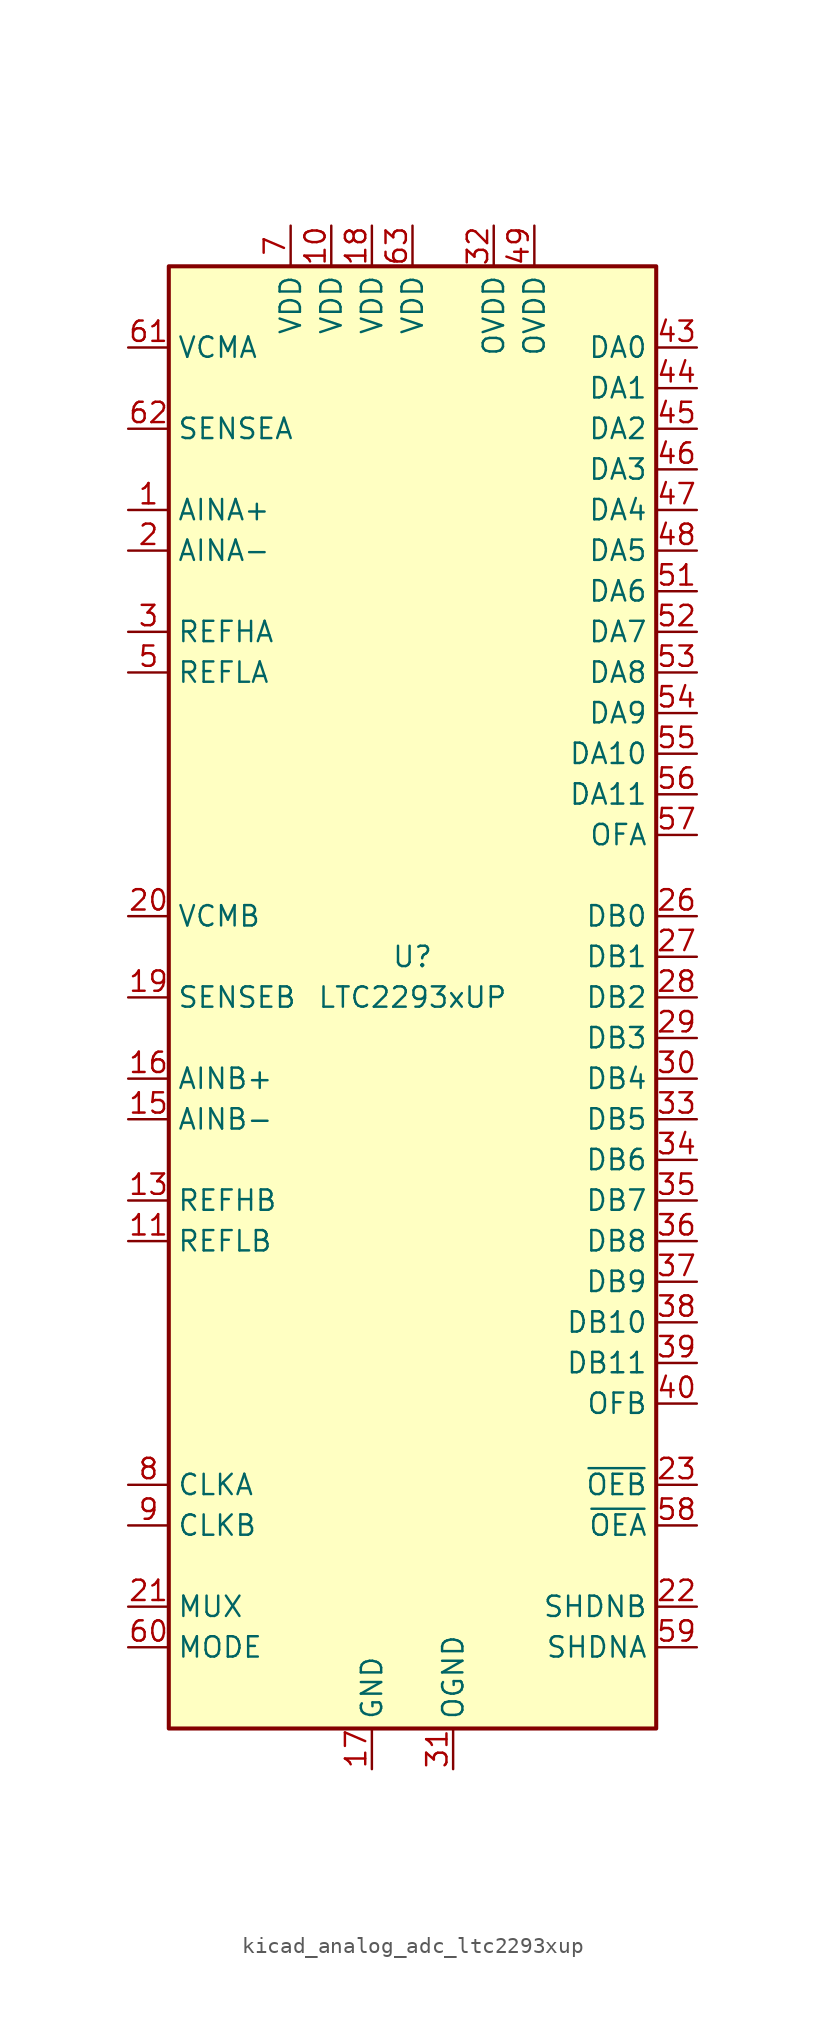
<source format=kicad_sym>
(kicad_symbol_lib
  (version 20220914)
  (generator kicad_symbol_editor)
  (symbol "kicad_analog_adc_ltc2293xup"
    (property "Reference" "U"
      (at 0 2.54 0)
      (effects (font (size 1.27 1.27))))
    (property "Value" "LTC2293xUP"
      (at 0 0 0)
      (effects (font (size 1.27 1.27))))
    (symbol "kicad_analog_adc_ltc2293xup_0_1"
      (rectangle (start -15.24 45.72) (end 15.24 -45.72) (stroke (width 0.254) (type default)) (fill (type background))))
    (symbol "kicad_analog_adc_ltc2293xup_1_1"
      (pin input line (at -17.78 30.48 0) (length 2.54) (name "AINA+" (effects (font (size 1.27 1.27)))) (number "1" (effects (font (size 1.27 1.27)))))
      (pin power_in line (at -5.08 48.26 270) (length 2.54) (name "VDD" (effects (font (size 1.27 1.27)))) (number "10" (effects (font (size 1.27 1.27)))))
      (pin input line (at -17.78 -15.24 0) (length 2.54) (name "REFLB" (effects (font (size 1.27 1.27)))) (number "11" (effects (font (size 1.27 1.27)))))
      (pin input line (at -17.78 -15.24 0) (length 2.54) hide (name "REFLB" (effects (font (size 1.27 1.27)))) (number "12" (effects (font (size 1.27 1.27)))))
      (pin input line (at -17.78 -12.7 0) (length 2.54) (name "REFHB" (effects (font (size 1.27 1.27)))) (number "13" (effects (font (size 1.27 1.27)))))
      (pin input line (at -17.78 -12.7 0) (length 2.54) hide (name "REFHB" (effects (font (size 1.27 1.27)))) (number "14" (effects (font (size 1.27 1.27)))))
      (pin input line (at -17.78 -7.62 0) (length 2.54) (name "AINB-" (effects (font (size 1.27 1.27)))) (number "15" (effects (font (size 1.27 1.27)))))
      (pin input line (at -17.78 -5.08 0) (length 2.54) (name "AINB+" (effects (font (size 1.27 1.27)))) (number "16" (effects (font (size 1.27 1.27)))))
      (pin power_in line (at -2.54 -48.26 90) (length 2.54) (name "GND" (effects (font (size 1.27 1.27)))) (number "17" (effects (font (size 1.27 1.27)))))
      (pin power_in line (at -2.54 48.26 270) (length 2.54) (name "VDD" (effects (font (size 1.27 1.27)))) (number "18" (effects (font (size 1.27 1.27)))))
      (pin input line (at -17.78 0 0) (length 2.54) (name "SENSEB" (effects (font (size 1.27 1.27)))) (number "19" (effects (font (size 1.27 1.27)))))
      (pin input line (at -17.78 27.94 0) (length 2.54) (name "AINA-" (effects (font (size 1.27 1.27)))) (number "2" (effects (font (size 1.27 1.27)))))
      (pin passive line (at -17.78 5.08 0) (length 2.54) (name "VCMB" (effects (font (size 1.27 1.27)))) (number "20" (effects (font (size 1.27 1.27)))))
      (pin input line (at -17.78 -38.1 0) (length 2.54) (name "MUX" (effects (font (size 1.27 1.27)))) (number "21" (effects (font (size 1.27 1.27)))))
      (pin input line (at 17.78 -38.1 180) (length 2.54) (name "SHDNB" (effects (font (size 1.27 1.27)))) (number "22" (effects (font (size 1.27 1.27)))))
      (pin input line (at 17.78 -30.48 180) (length 2.54) (name "~{OEB}" (effects (font (size 1.27 1.27)))) (number "23" (effects (font (size 1.27 1.27)))))
      (pin no_connect line (at -15.24 -20.32 0) (length 2.54) hide (name "NC" (effects (font (size 1.27 1.27)))) (number "24" (effects (font (size 1.27 1.27)))))
      (pin no_connect line (at -15.24 -22.86 0) (length 2.54) hide (name "NC" (effects (font (size 1.27 1.27)))) (number "25" (effects (font (size 1.27 1.27)))))
      (pin output line (at 17.78 5.08 180) (length 2.54) (name "DB0" (effects (font (size 1.27 1.27)))) (number "26" (effects (font (size 1.27 1.27)))))
      (pin output line (at 17.78 2.54 180) (length 2.54) (name "DB1" (effects (font (size 1.27 1.27)))) (number "27" (effects (font (size 1.27 1.27)))))
      (pin output line (at 17.78 0 180) (length 2.54) (name "DB2" (effects (font (size 1.27 1.27)))) (number "28" (effects (font (size 1.27 1.27)))))
      (pin output line (at 17.78 -2.54 180) (length 2.54) (name "DB3" (effects (font (size 1.27 1.27)))) (number "29" (effects (font (size 1.27 1.27)))))
      (pin input line (at -17.78 22.86 0) (length 2.54) (name "REFHA" (effects (font (size 1.27 1.27)))) (number "3" (effects (font (size 1.27 1.27)))))
      (pin output line (at 17.78 -5.08 180) (length 2.54) (name "DB4" (effects (font (size 1.27 1.27)))) (number "30" (effects (font (size 1.27 1.27)))))
      (pin power_in line (at 2.54 -48.26 90) (length 2.54) (name "OGND" (effects (font (size 1.27 1.27)))) (number "31" (effects (font (size 1.27 1.27)))))
      (pin power_in line (at 5.08 48.26 270) (length 2.54) (name "OVDD" (effects (font (size 1.27 1.27)))) (number "32" (effects (font (size 1.27 1.27)))))
      (pin output line (at 17.78 -7.62 180) (length 2.54) (name "DB5" (effects (font (size 1.27 1.27)))) (number "33" (effects (font (size 1.27 1.27)))))
      (pin output line (at 17.78 -10.16 180) (length 2.54) (name "DB6" (effects (font (size 1.27 1.27)))) (number "34" (effects (font (size 1.27 1.27)))))
      (pin output line (at 17.78 -12.7 180) (length 2.54) (name "DB7" (effects (font (size 1.27 1.27)))) (number "35" (effects (font (size 1.27 1.27)))))
      (pin output line (at 17.78 -15.24 180) (length 2.54) (name "DB8" (effects (font (size 1.27 1.27)))) (number "36" (effects (font (size 1.27 1.27)))))
      (pin output line (at 17.78 -17.78 180) (length 2.54) (name "DB9" (effects (font (size 1.27 1.27)))) (number "37" (effects (font (size 1.27 1.27)))))
      (pin output line (at 17.78 -20.32 180) (length 2.54) (name "DB10" (effects (font (size 1.27 1.27)))) (number "38" (effects (font (size 1.27 1.27)))))
      (pin output line (at 17.78 -22.86 180) (length 2.54) (name "DB11" (effects (font (size 1.27 1.27)))) (number "39" (effects (font (size 1.27 1.27)))))
      (pin input line (at -17.78 22.86 0) (length 2.54) hide (name "REFHA" (effects (font (size 1.27 1.27)))) (number "4" (effects (font (size 1.27 1.27)))))
      (pin output line (at 17.78 -25.4 180) (length 2.54) (name "OFB" (effects (font (size 1.27 1.27)))) (number "40" (effects (font (size 1.27 1.27)))))
      (pin no_connect line (at -15.24 -25.4 0) (length 2.54) hide (name "NC" (effects (font (size 1.27 1.27)))) (number "41" (effects (font (size 1.27 1.27)))))
      (pin no_connect line (at -15.24 -27.94 0) (length 2.54) hide (name "NC" (effects (font (size 1.27 1.27)))) (number "42" (effects (font (size 1.27 1.27)))))
      (pin output line (at 17.78 40.64 180) (length 2.54) (name "DA0" (effects (font (size 1.27 1.27)))) (number "43" (effects (font (size 1.27 1.27)))))
      (pin output line (at 17.78 38.1 180) (length 2.54) (name "DA1" (effects (font (size 1.27 1.27)))) (number "44" (effects (font (size 1.27 1.27)))))
      (pin output line (at 17.78 35.56 180) (length 2.54) (name "DA2" (effects (font (size 1.27 1.27)))) (number "45" (effects (font (size 1.27 1.27)))))
      (pin output line (at 17.78 33.02 180) (length 2.54) (name "DA3" (effects (font (size 1.27 1.27)))) (number "46" (effects (font (size 1.27 1.27)))))
      (pin output line (at 17.78 30.48 180) (length 2.54) (name "DA4" (effects (font (size 1.27 1.27)))) (number "47" (effects (font (size 1.27 1.27)))))
      (pin output line (at 17.78 27.94 180) (length 2.54) (name "DA5" (effects (font (size 1.27 1.27)))) (number "48" (effects (font (size 1.27 1.27)))))
      (pin power_in line (at 7.62 48.26 270) (length 2.54) (name "OVDD" (effects (font (size 1.27 1.27)))) (number "49" (effects (font (size 1.27 1.27)))))
      (pin input line (at -17.78 20.32 0) (length 2.54) (name "REFLA" (effects (font (size 1.27 1.27)))) (number "5" (effects (font (size 1.27 1.27)))))
      (pin passive line (at 2.54 -48.26 90) (length 2.54) hide (name "OGND" (effects (font (size 1.27 1.27)))) (number "50" (effects (font (size 1.27 1.27)))))
      (pin output line (at 17.78 25.4 180) (length 2.54) (name "DA6" (effects (font (size 1.27 1.27)))) (number "51" (effects (font (size 1.27 1.27)))))
      (pin output line (at 17.78 22.86 180) (length 2.54) (name "DA7" (effects (font (size 1.27 1.27)))) (number "52" (effects (font (size 1.27 1.27)))))
      (pin output line (at 17.78 20.32 180) (length 2.54) (name "DA8" (effects (font (size 1.27 1.27)))) (number "53" (effects (font (size 1.27 1.27)))))
      (pin output line (at 17.78 17.78 180) (length 2.54) (name "DA9" (effects (font (size 1.27 1.27)))) (number "54" (effects (font (size 1.27 1.27)))))
      (pin output line (at 17.78 15.24 180) (length 2.54) (name "DA10" (effects (font (size 1.27 1.27)))) (number "55" (effects (font (size 1.27 1.27)))))
      (pin output line (at 17.78 12.7 180) (length 2.54) (name "DA11" (effects (font (size 1.27 1.27)))) (number "56" (effects (font (size 1.27 1.27)))))
      (pin output line (at 17.78 10.16 180) (length 2.54) (name "OFA" (effects (font (size 1.27 1.27)))) (number "57" (effects (font (size 1.27 1.27)))))
      (pin input line (at 17.78 -33.02 180) (length 2.54) (name "~{OEA}" (effects (font (size 1.27 1.27)))) (number "58" (effects (font (size 1.27 1.27)))))
      (pin input line (at 17.78 -40.64 180) (length 2.54) (name "SHDNA" (effects (font (size 1.27 1.27)))) (number "59" (effects (font (size 1.27 1.27)))))
      (pin input line (at -17.78 20.32 0) (length 2.54) hide (name "REFLA" (effects (font (size 1.27 1.27)))) (number "6" (effects (font (size 1.27 1.27)))))
      (pin input line (at -17.78 -40.64 0) (length 2.54) (name "MODE" (effects (font (size 1.27 1.27)))) (number "60" (effects (font (size 1.27 1.27)))))
      (pin passive line (at -17.78 40.64 0) (length 2.54) (name "VCMA" (effects (font (size 1.27 1.27)))) (number "61" (effects (font (size 1.27 1.27)))))
      (pin input line (at -17.78 35.56 0) (length 2.54) (name "SENSEA" (effects (font (size 1.27 1.27)))) (number "62" (effects (font (size 1.27 1.27)))))
      (pin power_in line (at 0 48.26 270) (length 2.54) (name "VDD" (effects (font (size 1.27 1.27)))) (number "63" (effects (font (size 1.27 1.27)))))
      (pin passive line (at -2.54 -48.26 90) (length 2.54) hide (name "GND" (effects (font (size 1.27 1.27)))) (number "64" (effects (font (size 1.27 1.27)))))
      (pin passive line (at -2.54 -48.26 90) (length 2.54) hide (name "GND" (effects (font (size 1.27 1.27)))) (number "65" (effects (font (size 1.27 1.27)))))
      (pin power_in line (at -7.62 48.26 270) (length 2.54) (name "VDD" (effects (font (size 1.27 1.27)))) (number "7" (effects (font (size 1.27 1.27)))))
      (pin input line (at -17.78 -30.48 0) (length 2.54) (name "CLKA" (effects (font (size 1.27 1.27)))) (number "8" (effects (font (size 1.27 1.27)))))
      (pin input line (at -17.78 -33.02 0) (length 2.54) (name "CLKB" (effects (font (size 1.27 1.27)))) (number "9" (effects (font (size 1.27 1.27))))))))
</source>
